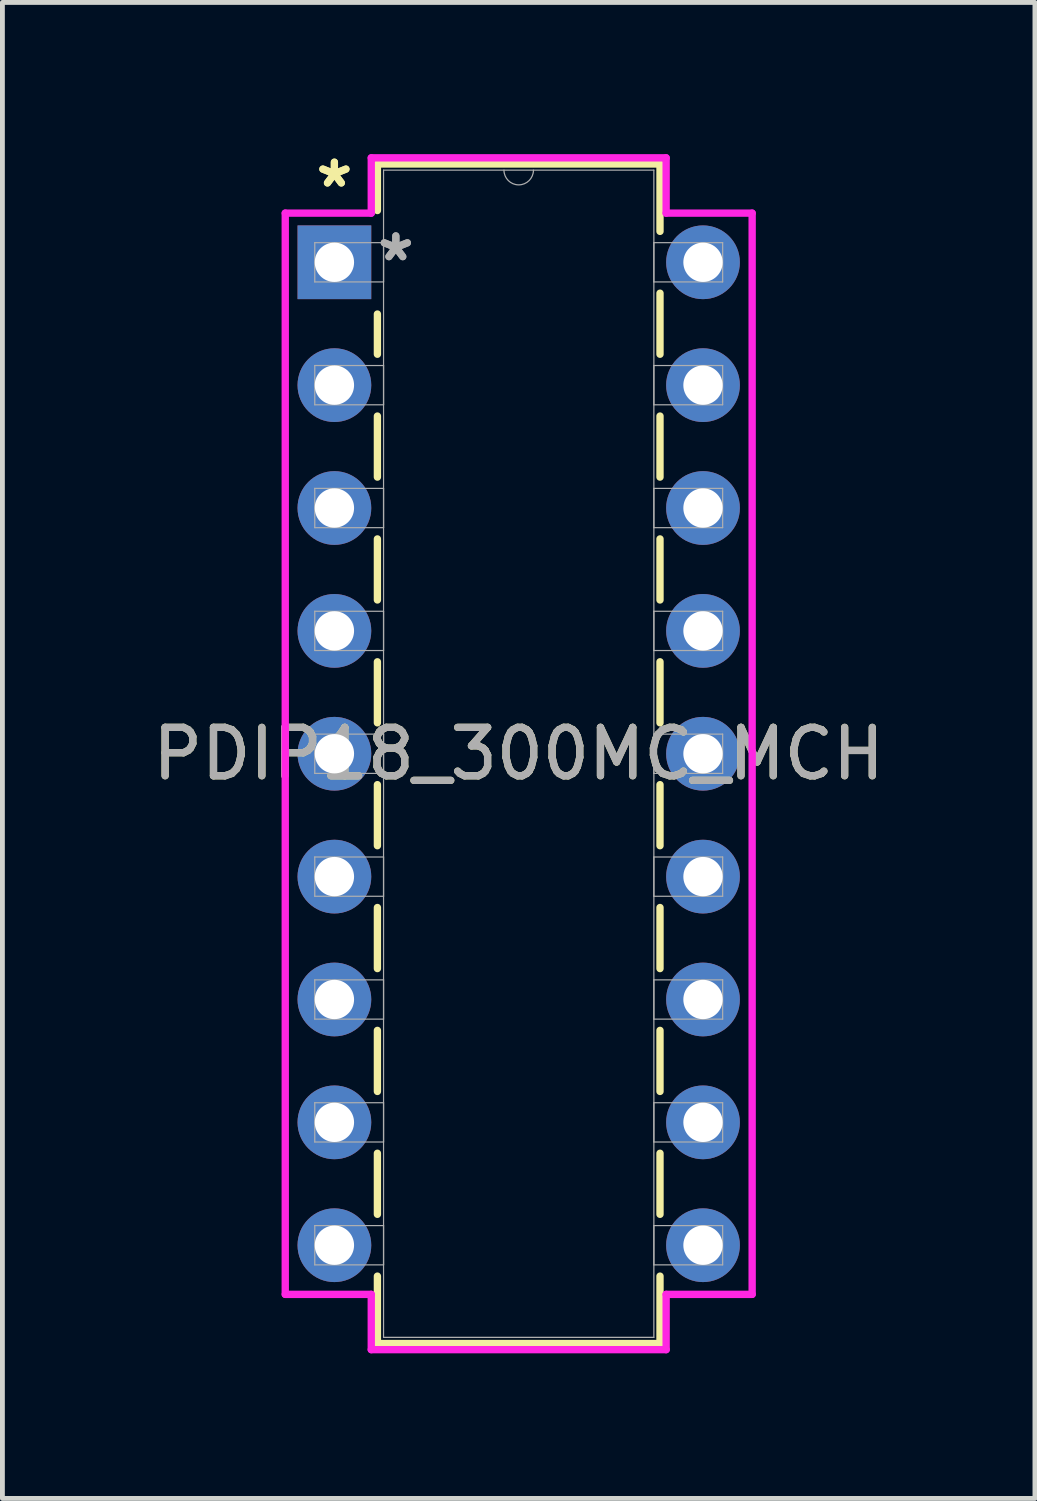
<source format=kicad_pcb>
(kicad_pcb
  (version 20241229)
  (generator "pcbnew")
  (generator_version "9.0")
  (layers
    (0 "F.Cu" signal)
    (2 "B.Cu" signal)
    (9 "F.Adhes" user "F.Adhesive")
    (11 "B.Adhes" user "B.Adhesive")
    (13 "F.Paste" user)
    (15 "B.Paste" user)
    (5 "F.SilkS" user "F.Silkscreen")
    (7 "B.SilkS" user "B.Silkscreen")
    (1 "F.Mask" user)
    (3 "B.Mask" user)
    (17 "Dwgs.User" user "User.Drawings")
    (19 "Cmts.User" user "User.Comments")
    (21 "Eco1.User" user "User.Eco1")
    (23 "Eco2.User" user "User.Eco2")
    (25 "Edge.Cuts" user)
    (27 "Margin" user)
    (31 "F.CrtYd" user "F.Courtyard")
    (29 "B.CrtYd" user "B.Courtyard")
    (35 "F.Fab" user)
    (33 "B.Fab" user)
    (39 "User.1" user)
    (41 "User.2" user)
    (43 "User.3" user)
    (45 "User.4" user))
  (footprint "PDIP18_300MC_MCH"
    (layer "F.Cu")
    (at 3.863 2.372)
    (property "Reference" "PDIP18_300MC_MCH" (at 3.81 10.16 0) (unlocked yes) (layer "F.SilkS") (effects (font (size 1 1) (thickness 0.15))))
    (attr through_hole)
    (fp_line (start 0.889 -2.032) (end 0.889 -1.07) (stroke (width 0.152) (type solid)) (layer "F.SilkS"))
    (fp_line (start 0.889 1.07) (end 0.889 1.901) (stroke (width 0.152) (type solid)) (layer "F.SilkS"))
    (fp_line (start 0.889 3.179) (end 0.889 4.441) (stroke (width 0.152) (type solid)) (layer "F.SilkS"))
    (fp_line (start 0.889 5.719) (end 0.889 6.981) (stroke (width 0.152) (type solid)) (layer "F.SilkS"))
    (fp_line (start 0.889 8.259) (end 0.889 9.521) (stroke (width 0.152) (type solid)) (layer "F.SilkS"))
    (fp_line (start 0.889 10.799) (end 0.889 12.061) (stroke (width 0.152) (type solid)) (layer "F.SilkS"))
    (fp_line (start 0.889 13.339) (end 0.889 14.601) (stroke (width 0.152) (type solid)) (layer "F.SilkS"))
    (fp_line (start 0.889 15.879) (end 0.889 17.141) (stroke (width 0.152) (type solid)) (layer "F.SilkS"))
    (fp_line (start 0.889 18.419) (end 0.889 19.681) (stroke (width 0.152) (type solid)) (layer "F.SilkS"))
    (fp_line (start 0.889 20.959) (end 0.889 22.352) (stroke (width 0.152) (type solid)) (layer "F.SilkS"))
    (fp_line (start 0.889 22.352) (end 6.731 22.352) (stroke (width 0.152) (type solid)) (layer "F.SilkS"))
    (fp_line (start 6.731 -2.032) (end 0.889 -2.032) (stroke (width 0.152) (type solid)) (layer "F.SilkS"))
    (fp_line (start 6.731 -0.639) (end 6.731 -2.032) (stroke (width 0.152) (type solid)) (layer "F.SilkS"))
    (fp_line (start 6.731 1.901) (end 6.731 0.639) (stroke (width 0.152) (type solid)) (layer "F.SilkS"))
    (fp_line (start 6.731 4.441) (end 6.731 3.179) (stroke (width 0.152) (type solid)) (layer "F.SilkS"))
    (fp_line (start 6.731 6.981) (end 6.731 5.719) (stroke (width 0.152) (type solid)) (layer "F.SilkS"))
    (fp_line (start 6.731 9.521) (end 6.731 8.259) (stroke (width 0.152) (type solid)) (layer "F.SilkS"))
    (fp_line (start 6.731 12.061) (end 6.731 10.799) (stroke (width 0.152) (type solid)) (layer "F.SilkS"))
    (fp_line (start 6.731 14.601) (end 6.731 13.339) (stroke (width 0.152) (type solid)) (layer "F.SilkS"))
    (fp_line (start 6.731 17.141) (end 6.731 15.879) (stroke (width 0.152) (type solid)) (layer "F.SilkS"))
    (fp_line (start 6.731 19.681) (end 6.731 18.419) (stroke (width 0.152) (type solid)) (layer "F.SilkS"))
    (fp_line (start 6.731 22.352) (end 6.731 20.959) (stroke (width 0.152) (type solid)) (layer "F.SilkS"))
    (fp_line (start -1.016 -1.016) (end 0.762 -1.016) (stroke (width 0.152) (type solid)) (layer "F.CrtYd"))
    (fp_line (start -1.016 21.336) (end -1.016 -1.016) (stroke (width 0.152) (type solid)) (layer "F.CrtYd"))
    (fp_line (start 0.762 -2.159) (end 6.858 -2.159) (stroke (width 0.152) (type solid)) (layer "F.CrtYd"))
    (fp_line (start 0.762 -1.016) (end 0.762 -2.159) (stroke (width 0.152) (type solid)) (layer "F.CrtYd"))
    (fp_line (start 0.762 21.336) (end -1.016 21.336) (stroke (width 0.152) (type solid)) (layer "F.CrtYd"))
    (fp_line (start 0.762 22.479) (end 0.762 21.336) (stroke (width 0.152) (type solid)) (layer "F.CrtYd"))
    (fp_line (start 6.858 -2.159) (end 6.858 -1.016) (stroke (width 0.152) (type solid)) (layer "F.CrtYd"))
    (fp_line (start 6.858 21.336) (end 6.858 22.479) (stroke (width 0.152) (type solid)) (layer "F.CrtYd"))
    (fp_line (start 6.858 22.479) (end 0.762 22.479) (stroke (width 0.152) (type solid)) (layer "F.CrtYd"))
    (fp_line (start 8.636 -1.016) (end 6.858 -1.016) (stroke (width 0.152) (type solid)) (layer "F.CrtYd"))
    (fp_line (start 8.636 -1.016) (end 8.636 21.336) (stroke (width 0.152) (type solid)) (layer "F.CrtYd"))
    (fp_line (start 8.636 21.336) (end 6.858 21.336) (stroke (width 0.152) (type solid)) (layer "F.CrtYd"))
    (fp_line (start -0.406 -0.406) (end -0.406 0.406) (stroke (width 0.025) (type solid)) (layer "F.Fab"))
    (fp_line (start -0.406 0.406) (end 1.016 0.406) (stroke (width 0.025) (type solid)) (layer "F.Fab"))
    (fp_line (start -0.406 2.134) (end -0.406 2.946) (stroke (width 0.025) (type solid)) (layer "F.Fab"))
    (fp_line (start -0.406 2.946) (end 1.016 2.946) (stroke (width 0.025) (type solid)) (layer "F.Fab"))
    (fp_line (start -0.406 4.674) (end -0.406 5.486) (stroke (width 0.025) (type solid)) (layer "F.Fab"))
    (fp_line (start -0.406 5.486) (end 1.016 5.486) (stroke (width 0.025) (type solid)) (layer "F.Fab"))
    (fp_line (start -0.406 7.214) (end -0.406 8.026) (stroke (width 0.025) (type solid)) (layer "F.Fab"))
    (fp_line (start -0.406 8.026) (end 1.016 8.026) (stroke (width 0.025) (type solid)) (layer "F.Fab"))
    (fp_line (start -0.406 9.754) (end -0.406 10.566) (stroke (width 0.025) (type solid)) (layer "F.Fab"))
    (fp_line (start -0.406 10.566) (end 1.016 10.566) (stroke (width 0.025) (type solid)) (layer "F.Fab"))
    (fp_line (start -0.406 12.294) (end -0.406 13.106) (stroke (width 0.025) (type solid)) (layer "F.Fab"))
    (fp_line (start -0.406 13.106) (end 1.016 13.106) (stroke (width 0.025) (type solid)) (layer "F.Fab"))
    (fp_line (start -0.406 14.834) (end -0.406 15.646) (stroke (width 0.025) (type solid)) (layer "F.Fab"))
    (fp_line (start -0.406 15.646) (end 1.016 15.646) (stroke (width 0.025) (type solid)) (layer "F.Fab"))
    (fp_line (start -0.406 17.374) (end -0.406 18.186) (stroke (width 0.025) (type solid)) (layer "F.Fab"))
    (fp_line (start -0.406 18.186) (end 1.016 18.186) (stroke (width 0.025) (type solid)) (layer "F.Fab"))
    (fp_line (start -0.406 19.914) (end -0.406 20.726) (stroke (width 0.025) (type solid)) (layer "F.Fab"))
    (fp_line (start -0.406 20.726) (end 1.016 20.726) (stroke (width 0.025) (type solid)) (layer "F.Fab"))
    (fp_line (start 1.016 -1.905) (end 1.016 22.225) (stroke (width 0.025) (type solid)) (layer "F.Fab"))
    (fp_line (start 1.016 -0.406) (end -0.406 -0.406) (stroke (width 0.025) (type solid)) (layer "F.Fab"))
    (fp_line (start 1.016 0.406) (end 1.016 -0.406) (stroke (width 0.025) (type solid)) (layer "F.Fab"))
    (fp_line (start 1.016 2.134) (end -0.406 2.134) (stroke (width 0.025) (type solid)) (layer "F.Fab"))
    (fp_line (start 1.016 2.946) (end 1.016 2.134) (stroke (width 0.025) (type solid)) (layer "F.Fab"))
    (fp_line (start 1.016 4.674) (end -0.406 4.674) (stroke (width 0.025) (type solid)) (layer "F.Fab"))
    (fp_line (start 1.016 5.486) (end 1.016 4.674) (stroke (width 0.025) (type solid)) (layer "F.Fab"))
    (fp_line (start 1.016 7.214) (end -0.406 7.214) (stroke (width 0.025) (type solid)) (layer "F.Fab"))
    (fp_line (start 1.016 8.026) (end 1.016 7.214) (stroke (width 0.025) (type solid)) (layer "F.Fab"))
    (fp_line (start 1.016 9.754) (end -0.406 9.754) (stroke (width 0.025) (type solid)) (layer "F.Fab"))
    (fp_line (start 1.016 10.566) (end 1.016 9.754) (stroke (width 0.025) (type solid)) (layer "F.Fab"))
    (fp_line (start 1.016 12.294) (end -0.406 12.294) (stroke (width 0.025) (type solid)) (layer "F.Fab"))
    (fp_line (start 1.016 13.106) (end 1.016 12.294) (stroke (width 0.025) (type solid)) (layer "F.Fab"))
    (fp_line (start 1.016 14.834) (end -0.406 14.834) (stroke (width 0.025) (type solid)) (layer "F.Fab"))
    (fp_line (start 1.016 15.646) (end 1.016 14.834) (stroke (width 0.025) (type solid)) (layer "F.Fab"))
    (fp_line (start 1.016 17.374) (end -0.406 17.374) (stroke (width 0.025) (type solid)) (layer "F.Fab"))
    (fp_line (start 1.016 18.186) (end 1.016 17.374) (stroke (width 0.025) (type solid)) (layer "F.Fab"))
    (fp_line (start 1.016 19.914) (end -0.406 19.914) (stroke (width 0.025) (type solid)) (layer "F.Fab"))
    (fp_line (start 1.016 20.726) (end 1.016 19.914) (stroke (width 0.025) (type solid)) (layer "F.Fab"))
    (fp_line (start 1.016 22.225) (end 6.604 22.225) (stroke (width 0.025) (type solid)) (layer "F.Fab"))
    (fp_line (start 6.604 -1.905) (end 1.016 -1.905) (stroke (width 0.025) (type solid)) (layer "F.Fab"))
    (fp_line (start 6.604 -0.406) (end 6.604 0.406) (stroke (width 0.025) (type solid)) (layer "F.Fab"))
    (fp_line (start 6.604 0.406) (end 8.026 0.406) (stroke (width 0.025) (type solid)) (layer "F.Fab"))
    (fp_line (start 6.604 2.134) (end 6.604 2.946) (stroke (width 0.025) (type solid)) (layer "F.Fab"))
    (fp_line (start 6.604 2.946) (end 8.026 2.946) (stroke (width 0.025) (type solid)) (layer "F.Fab"))
    (fp_line (start 6.604 4.674) (end 6.604 5.486) (stroke (width 0.025) (type solid)) (layer "F.Fab"))
    (fp_line (start 6.604 5.486) (end 8.026 5.486) (stroke (width 0.025) (type solid)) (layer "F.Fab"))
    (fp_line (start 6.604 7.214) (end 6.604 8.026) (stroke (width 0.025) (type solid)) (layer "F.Fab"))
    (fp_line (start 6.604 8.026) (end 8.026 8.026) (stroke (width 0.025) (type solid)) (layer "F.Fab"))
    (fp_line (start 6.604 9.754) (end 6.604 10.566) (stroke (width 0.025) (type solid)) (layer "F.Fab"))
    (fp_line (start 6.604 10.566) (end 8.026 10.566) (stroke (width 0.025) (type solid)) (layer "F.Fab"))
    (fp_line (start 6.604 12.294) (end 6.604 13.106) (stroke (width 0.025) (type solid)) (layer "F.Fab"))
    (fp_line (start 6.604 13.106) (end 8.026 13.106) (stroke (width 0.025) (type solid)) (layer "F.Fab"))
    (fp_line (start 6.604 14.834) (end 6.604 15.646) (stroke (width 0.025) (type solid)) (layer "F.Fab"))
    (fp_line (start 6.604 15.646) (end 8.026 15.646) (stroke (width 0.025) (type solid)) (layer "F.Fab"))
    (fp_line (start 6.604 17.374) (end 6.604 18.186) (stroke (width 0.025) (type solid)) (layer "F.Fab"))
    (fp_line (start 6.604 18.186) (end 8.026 18.186) (stroke (width 0.025) (type solid)) (layer "F.Fab"))
    (fp_line (start 6.604 19.914) (end 6.604 20.726) (stroke (width 0.025) (type solid)) (layer "F.Fab"))
    (fp_line (start 6.604 20.726) (end 8.026 20.726) (stroke (width 0.025) (type solid)) (layer "F.Fab"))
    (fp_line (start 6.604 22.225) (end 6.604 -1.905) (stroke (width 0.025) (type solid)) (layer "F.Fab"))
    (fp_line (start 8.026 -0.406) (end 6.604 -0.406) (stroke (width 0.025) (type solid)) (layer "F.Fab"))
    (fp_line (start 8.026 0.406) (end 8.026 -0.406) (stroke (width 0.025) (type solid)) (layer "F.Fab"))
    (fp_line (start 8.026 2.134) (end 6.604 2.134) (stroke (width 0.025) (type solid)) (layer "F.Fab"))
    (fp_line (start 8.026 2.946) (end 8.026 2.134) (stroke (width 0.025) (type solid)) (layer "F.Fab"))
    (fp_line (start 8.026 4.674) (end 6.604 4.674) (stroke (width 0.025) (type solid)) (layer "F.Fab"))
    (fp_line (start 8.026 5.486) (end 8.026 4.674) (stroke (width 0.025) (type solid)) (layer "F.Fab"))
    (fp_line (start 8.026 7.214) (end 6.604 7.214) (stroke (width 0.025) (type solid)) (layer "F.Fab"))
    (fp_line (start 8.026 8.026) (end 8.026 7.214) (stroke (width 0.025) (type solid)) (layer "F.Fab"))
    (fp_line (start 8.026 9.754) (end 6.604 9.754) (stroke (width 0.025) (type solid)) (layer "F.Fab"))
    (fp_line (start 8.026 10.566) (end 8.026 9.754) (stroke (width 0.025) (type solid)) (layer "F.Fab"))
    (fp_line (start 8.026 12.294) (end 6.604 12.294) (stroke (width 0.025) (type solid)) (layer "F.Fab"))
    (fp_line (start 8.026 13.106) (end 8.026 12.294) (stroke (width 0.025) (type solid)) (layer "F.Fab"))
    (fp_line (start 8.026 14.834) (end 6.604 14.834) (stroke (width 0.025) (type solid)) (layer "F.Fab"))
    (fp_line (start 8.026 15.646) (end 8.026 14.834) (stroke (width 0.025) (type solid)) (layer "F.Fab"))
    (fp_line (start 8.026 17.374) (end 6.604 17.374) (stroke (width 0.025) (type solid)) (layer "F.Fab"))
    (fp_line (start 8.026 18.186) (end 8.026 17.374) (stroke (width 0.025) (type solid)) (layer "F.Fab"))
    (fp_line (start 8.026 19.914) (end 6.604 19.914) (stroke (width 0.025) (type solid)) (layer "F.Fab"))
    (fp_line (start 8.026 20.726) (end 8.026 19.914) (stroke (width 0.025) (type solid)) (layer "F.Fab"))
    (fp_arc (start 4.1148 -1.905) (mid 3.81 -1.6002) (end 3.5052 -1.905) (stroke (width 0.0254) (type solid)) (layer "F.Fab"))
    (fp_text user "*" (at 0 -1.524 0) (layer "F.SilkS") (effects (font (size 1 1) (thickness 0.15))))
    (fp_text user "*" (at 0 -1.524 0) (unlocked yes) (layer "F.SilkS") (effects (font (size 1 1) (thickness 0.15))))
    (fp_text user "*" (at 1.27 0 0) (unlocked yes) (layer "F.Fab") (effects (font (size 1 1) (thickness 0.15))))
    (fp_text user "${REFERENCE}" (at 3.81 10.16 0) (unlocked yes) (layer "F.Fab") (effects (font (size 1 1) (thickness 0.15))))
    (fp_text user "*" (at 1.27 0 0) (layer "F.Fab") (effects (font (size 1 1) (thickness 0.15))))
    (pad "1" thru_hole rect (at 0 0) (size 1.524 1.524) (drill 0.813) (layers "*.Cu" "*.Mask"))
    (pad "2" thru_hole circle (at 0 2.54) (size 1.524 1.524) (drill 0.813) (layers "*.Cu" "*.Mask"))
    (pad "3" thru_hole circle (at 0 5.08) (size 1.524 1.524) (drill 0.813) (layers "*.Cu" "*.Mask"))
    (pad "4" thru_hole circle (at 0 7.62) (size 1.524 1.524) (drill 0.813) (layers "*.Cu" "*.Mask"))
    (pad "5" thru_hole circle (at 0 10.16) (size 1.524 1.524) (drill 0.813) (layers "*.Cu" "*.Mask"))
    (pad "6" thru_hole circle (at 0 12.7) (size 1.524 1.524) (drill 0.813) (layers "*.Cu" "*.Mask"))
    (pad "7" thru_hole circle (at 0 15.24) (size 1.524 1.524) (drill 0.813) (layers "*.Cu" "*.Mask"))
    (pad "8" thru_hole circle (at 0 17.78) (size 1.524 1.524) (drill 0.813) (layers "*.Cu" "*.Mask"))
    (pad "9" thru_hole circle (at 0 20.32) (size 1.524 1.524) (drill 0.813) (layers "*.Cu" "*.Mask"))
    (pad "10" thru_hole circle (at 7.62 20.32) (size 1.524 1.524) (drill 0.813) (layers "*.Cu" "*.Mask"))
    (pad "11" thru_hole circle (at 7.62 17.78) (size 1.524 1.524) (drill 0.813) (layers "*.Cu" "*.Mask"))
    (pad "12" thru_hole circle (at 7.62 15.24) (size 1.524 1.524) (drill 0.813) (layers "*.Cu" "*.Mask"))
    (pad "13" thru_hole circle (at 7.62 12.7) (size 1.524 1.524) (drill 0.813) (layers "*.Cu" "*.Mask"))
    (pad "14" thru_hole circle (at 7.62 10.16) (size 1.524 1.524) (drill 0.813) (layers "*.Cu" "*.Mask"))
    (pad "15" thru_hole circle (at 7.62 7.62) (size 1.524 1.524) (drill 0.813) (layers "*.Cu" "*.Mask"))
    (pad "16" thru_hole circle (at 7.62 5.08) (size 1.524 1.524) (drill 0.813) (layers "*.Cu" "*.Mask"))
    (pad "17" thru_hole circle (at 7.62 2.54) (size 1.524 1.524) (drill 0.813) (layers "*.Cu" "*.Mask"))
    (pad "18" thru_hole circle (at 7.62 0) (size 1.524 1.524) (drill 0.813) (layers "*.Cu" "*.Mask")))
  (gr_rect
    (start -3 -3)
    (end 18.345 27.927)
    (stroke (width 0.1) (type default))
    (fill no)
    (layer "Edge.Cuts")))
</source>
